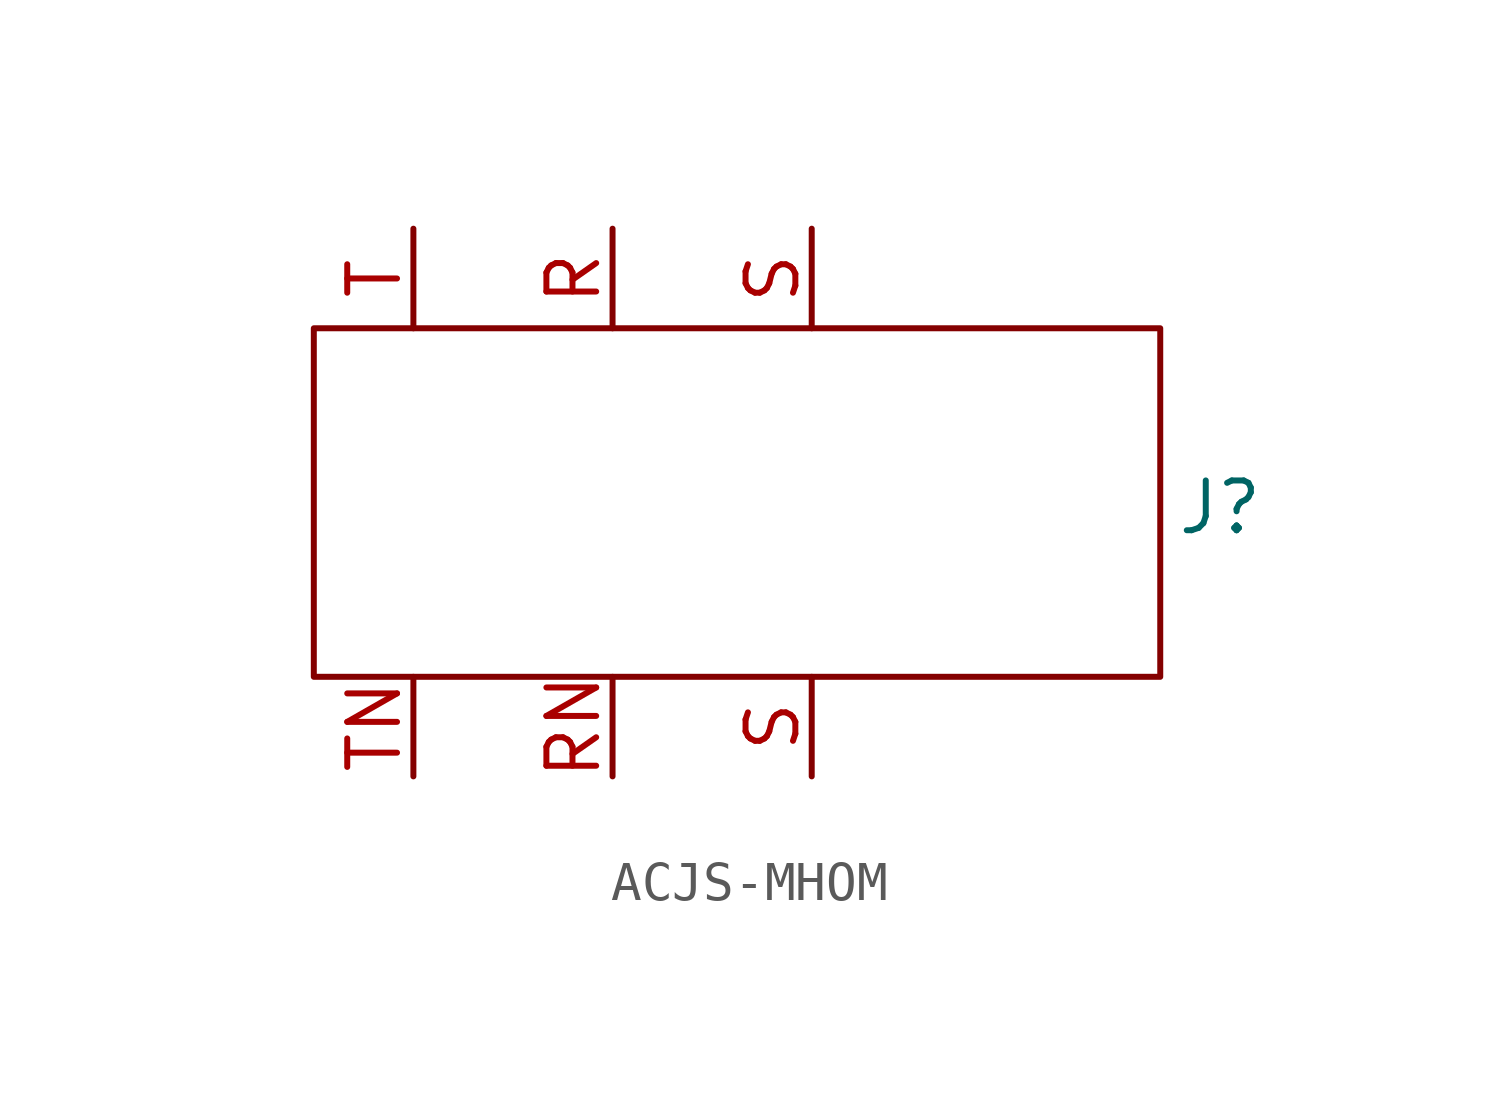
<source format=kicad_sym>
(kicad_symbol_lib
  (version 20241209)
  (generator "kicad_symbol_editor")
  (generator_version "9.0")
  (symbol "ACJS-MHOM"
    (property "Reference" "J"
      (at 24.384 -4.572 0)
      (effects (font (size 1.27 1.27))))
    (property "Value" ""
      (at 0 0 0)
      (effects (font (size 1.27 1.27))))
    (symbol "ACJS-MHOM_0_1"
      (rectangle (start 1.27 0) (end 22.86 -8.89) (stroke (width 0) (type default)) (fill (type none))))
    (symbol "ACJS-MHOM_1_1"
      (pin input line (at 3.81 2.54 270) (length 2.54) (name "" (effects (font (size 1.27 1.27)))) (number "T" (effects (font (size 1.27 1.27)))))
      (pin input line (at 3.81 -11.43 90) (length 2.54) (name "" (effects (font (size 1.27 1.27)))) (number "TN" (effects (font (size 1.27 1.27)))))
      (pin input line (at 8.89 2.54 270) (length 2.54) (name "" (effects (font (size 1.27 1.27)))) (number "R" (effects (font (size 1.27 1.27)))))
      (pin input line (at 8.89 -11.43 90) (length 2.54) (name "" (effects (font (size 1.27 1.27)))) (number "RN" (effects (font (size 1.27 1.27)))))
      (pin input line (at 13.97 2.54 270) (length 2.54) (name "" (effects (font (size 1.27 1.27)))) (number "S" (effects (font (size 1.27 1.27)))))
      (pin input line (at 13.97 -11.43 90) (length 2.54) (name "" (effects (font (size 1.27 1.27)))) (number "S" (effects (font (size 1.27 1.27))))))))
</source>
